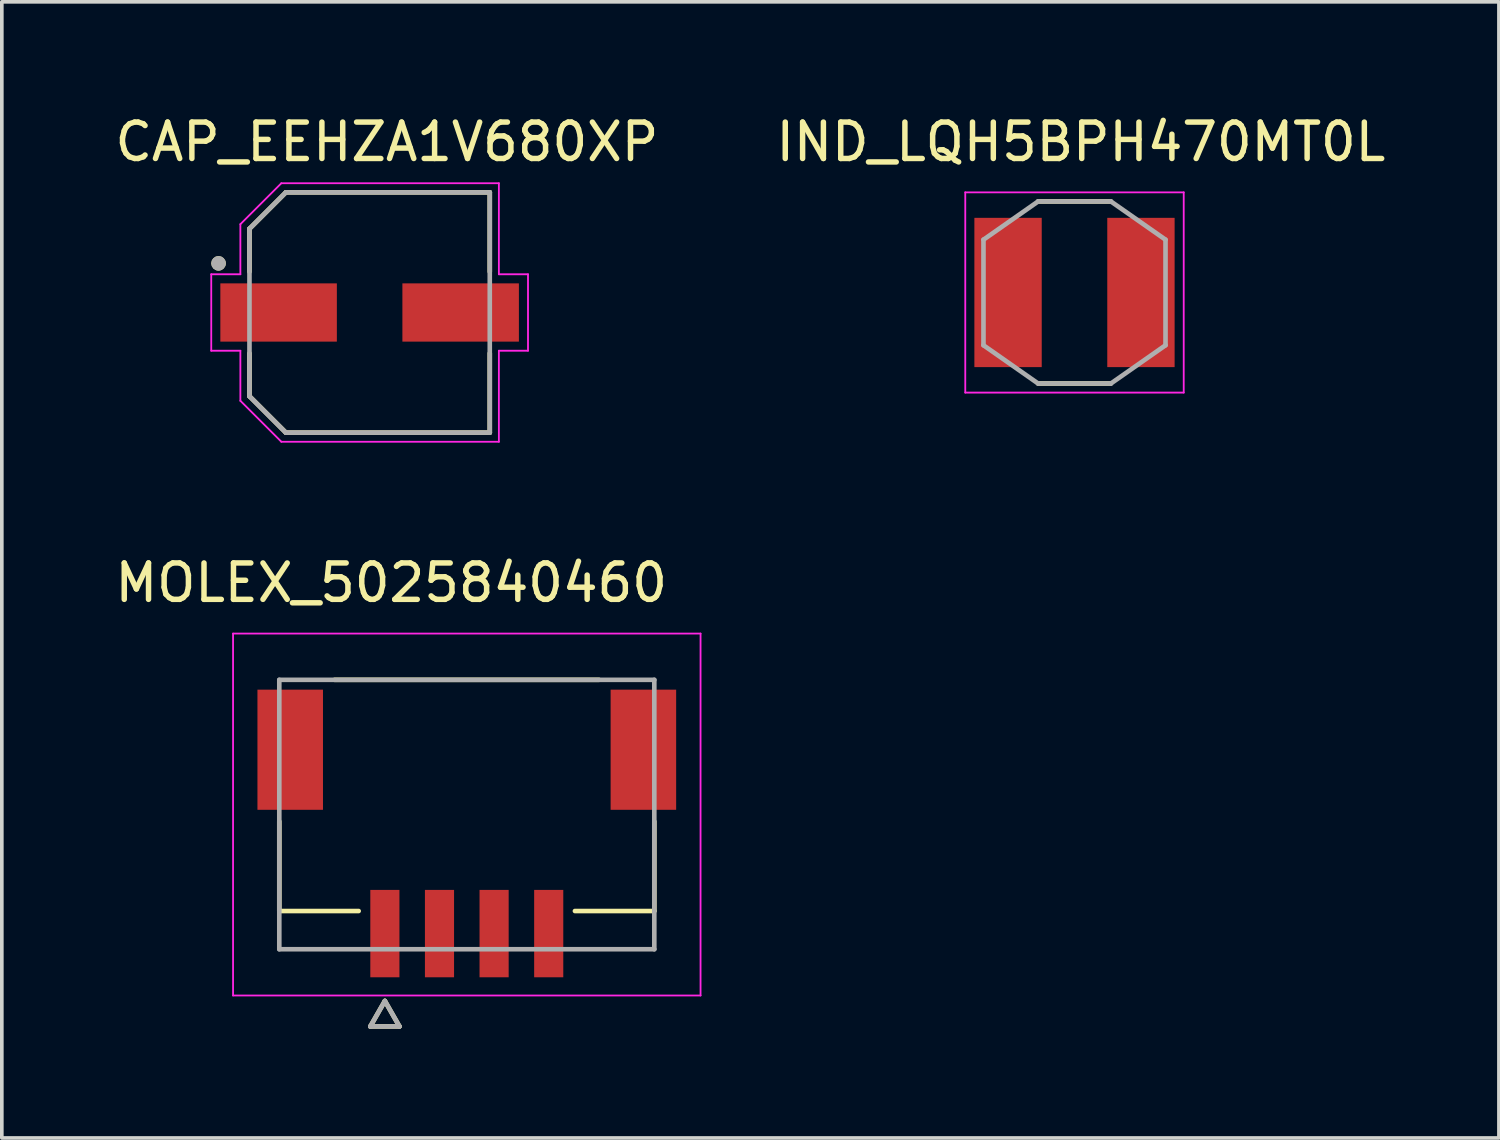
<source format=kicad_pcb>
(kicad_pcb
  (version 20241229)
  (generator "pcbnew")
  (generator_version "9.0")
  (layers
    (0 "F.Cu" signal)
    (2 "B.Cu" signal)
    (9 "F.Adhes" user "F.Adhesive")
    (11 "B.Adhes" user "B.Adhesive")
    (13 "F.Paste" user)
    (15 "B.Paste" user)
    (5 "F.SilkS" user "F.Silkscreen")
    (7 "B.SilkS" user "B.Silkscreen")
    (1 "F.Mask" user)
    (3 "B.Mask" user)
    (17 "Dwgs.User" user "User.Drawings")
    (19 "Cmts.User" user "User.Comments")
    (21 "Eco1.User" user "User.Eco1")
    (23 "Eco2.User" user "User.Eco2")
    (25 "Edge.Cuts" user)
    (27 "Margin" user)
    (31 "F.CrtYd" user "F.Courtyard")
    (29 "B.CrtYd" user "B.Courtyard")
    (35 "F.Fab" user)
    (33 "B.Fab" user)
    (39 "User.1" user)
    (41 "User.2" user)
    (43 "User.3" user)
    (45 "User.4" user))
  (footprint "IND_LQH5BPH470MT0L"
    (layer "F.Cu")
    (at 26.462 4.983)
    (property "Reference" "IND_LQH5BPH470MT0L" (at 0.175 -4.135 0) (layer "F.SilkS") (effects (font (size 1 1) (thickness 0.15))))
    (attr through_hole)
    (fp_line (start -1 -2.5) (end 1 -2.5) (stroke (width 0.127) (type solid)) (layer "F.SilkS"))
    (fp_line (start 1 2.5) (end -1 2.5) (stroke (width 0.127) (type solid)) (layer "F.SilkS"))
    (fp_line (start -3 -2.75) (end 3 -2.75) (stroke (width 0.05) (type solid)) (layer "F.CrtYd"))
    (fp_line (start -3 2.75) (end -3 -2.75) (stroke (width 0.05) (type solid)) (layer "F.CrtYd"))
    (fp_line (start 3 -2.75) (end 3 2.75) (stroke (width 0.05) (type solid)) (layer "F.CrtYd"))
    (fp_line (start 3 2.75) (end -3 2.75) (stroke (width 0.05) (type solid)) (layer "F.CrtYd"))
    (fp_line (start -2.5 -1.45) (end -1 -2.5) (stroke (width 0.127) (type solid)) (layer "F.Fab"))
    (fp_line (start -2.5 1.45) (end -2.5 -1.45) (stroke (width 0.127) (type solid)) (layer "F.Fab"))
    (fp_line (start -1 -2.5) (end 1 -2.5) (stroke (width 0.127) (type solid)) (layer "F.Fab"))
    (fp_line (start -1 2.5) (end -2.5 1.45) (stroke (width 0.127) (type solid)) (layer "F.Fab"))
    (fp_line (start 1 -2.5) (end 2.5 -1.45) (stroke (width 0.127) (type solid)) (layer "F.Fab"))
    (fp_line (start 1 2.5) (end -1 2.5) (stroke (width 0.127) (type solid)) (layer "F.Fab"))
    (fp_line (start 2.5 -1.45) (end 2.5 1.45) (stroke (width 0.127) (type solid)) (layer "F.Fab"))
    (fp_line (start 2.5 1.45) (end 1 2.5) (stroke (width 0.127) (type solid)) (layer "F.Fab"))
    (pad "1" smd rect (at -1.825 0) (size 1.85 4.1) (layers "F.Cu" "F.Mask" "F.Paste"))
    (pad "2" smd rect (at 1.825 0) (size 1.85 4.1) (layers "F.Cu" "F.Mask" "F.Paste")))
  (footprint "CAP_EEHZA1V680XP"
    (layer "F.Cu")
    (at 7.102 5.533)
    (property "Reference" "CAP_EEHZA1V680XP" (at 0.475 -4.685 0) (layer "F.SilkS") (effects (font (size 1 1) (thickness 0.15))))
    (attr through_hole)
    (fp_line (start -3.3 -2.3) (end -3.3 -1.12) (stroke (width 0.127) (type solid)) (layer "F.SilkS"))
    (fp_line (start -3.3 1.12) (end -3.3 2.3) (stroke (width 0.127) (type solid)) (layer "F.SilkS"))
    (fp_line (start -3.3 2.3) (end -2.3 3.3) (stroke (width 0.127) (type solid)) (layer "F.SilkS"))
    (fp_line (start -2.3 -3.3) (end -3.3 -2.3) (stroke (width 0.127) (type solid)) (layer "F.SilkS"))
    (fp_line (start -2.3 3.3) (end 3.3 3.3) (stroke (width 0.127) (type solid)) (layer "F.SilkS"))
    (fp_line (start 3.3 -3.3) (end -2.3 -3.3) (stroke (width 0.127) (type solid)) (layer "F.SilkS"))
    (fp_line (start 3.3 -1.12) (end 3.3 -3.3) (stroke (width 0.127) (type solid)) (layer "F.SilkS"))
    (fp_line (start 3.3 3.3) (end 3.3 1.12) (stroke (width 0.127) (type solid)) (layer "F.SilkS"))
    (fp_circle (center -4.15 -1.35) (end -4.05 -1.35) (stroke (width 0.2) (type solid)) (fill no) (layer "F.SilkS"))
    (fp_line (start -4.35 -1.05) (end -3.55 -1.05) (stroke (width 0.05) (type solid)) (layer "F.CrtYd"))
    (fp_line (start -4.35 1.05) (end -4.35 -1.05) (stroke (width 0.05) (type solid)) (layer "F.CrtYd"))
    (fp_line (start -3.55 -2.425) (end -2.425 -3.55) (stroke (width 0.05) (type solid)) (layer "F.CrtYd"))
    (fp_line (start -3.55 -1.05) (end -3.55 -2.425) (stroke (width 0.05) (type solid)) (layer "F.CrtYd"))
    (fp_line (start -3.55 1.05) (end -4.35 1.05) (stroke (width 0.05) (type solid)) (layer "F.CrtYd"))
    (fp_line (start -3.55 2.425) (end -3.55 1.05) (stroke (width 0.05) (type solid)) (layer "F.CrtYd"))
    (fp_line (start -2.425 -3.55) (end 3.55 -3.55) (stroke (width 0.05) (type solid)) (layer "F.CrtYd"))
    (fp_line (start -2.425 3.55) (end -3.55 2.425) (stroke (width 0.05) (type solid)) (layer "F.CrtYd"))
    (fp_line (start 3.55 -3.55) (end 3.55 -1.05) (stroke (width 0.05) (type solid)) (layer "F.CrtYd"))
    (fp_line (start 3.55 -1.05) (end 4.35 -1.05) (stroke (width 0.05) (type solid)) (layer "F.CrtYd"))
    (fp_line (start 3.55 1.05) (end 3.55 3.55) (stroke (width 0.05) (type solid)) (layer "F.CrtYd"))
    (fp_line (start 3.55 3.55) (end -2.425 3.55) (stroke (width 0.05) (type solid)) (layer "F.CrtYd"))
    (fp_line (start 4.35 -1.05) (end 4.35 1.05) (stroke (width 0.05) (type solid)) (layer "F.CrtYd"))
    (fp_line (start 4.35 1.05) (end 3.55 1.05) (stroke (width 0.05) (type solid)) (layer "F.CrtYd"))
    (fp_line (start -3.3 -2.3) (end -3.3 2.3) (stroke (width 0.127) (type solid)) (layer "F.Fab"))
    (fp_line (start -3.3 2.3) (end -2.3 3.3) (stroke (width 0.127) (type solid)) (layer "F.Fab"))
    (fp_line (start -2.3 -3.3) (end -3.3 -2.3) (stroke (width 0.127) (type solid)) (layer "F.Fab"))
    (fp_line (start -2.3 3.3) (end 3.3 3.3) (stroke (width 0.127) (type solid)) (layer "F.Fab"))
    (fp_line (start 3.3 -3.3) (end -2.3 -3.3) (stroke (width 0.127) (type solid)) (layer "F.Fab"))
    (fp_line (start 3.3 3.3) (end 3.3 -3.3) (stroke (width 0.127) (type solid)) (layer "F.Fab"))
    (fp_circle (center -4.15 -1.35) (end -4.05 -1.35) (stroke (width 0.2) (type solid)) (fill no) (layer "F.Fab"))
    (pad "1" smd rect (at -2.5 0) (size 3.2 1.6) (layers "F.Cu" "F.Mask" "F.Paste"))
    (pad "2" smd rect (at 2.5 0) (size 3.2 1.6) (layers "F.Cu" "F.Mask" "F.Paste")))
  (footprint "MOLEX_5025840460"
    (layer "F.Cu")
    (at 9.771 19.322)
    (property "Reference" "MOLEX_5025840460" (at -2.075 -6.365 0) (layer "F.SilkS") (effects (font (size 1 1) (thickness 0.15))))
    (attr through_hole)
    (fp_poly (pts (xy -5.826 -3.506) (xy -3.874 -3.506) (xy -3.874 -0.054) (xy -5.826 -0.054)) (stroke (width 0.01) (type solid)) (fill yes) (layer "F.Mask"))
    (fp_poly (pts (xy -2.726 1.994) (xy -1.774 1.994) (xy -1.774 4.546) (xy -2.726 4.546)) (stroke (width 0.01) (type solid)) (fill yes) (layer "F.Mask"))
    (fp_poly (pts (xy -1.226 1.994) (xy -0.274 1.994) (xy -0.274 4.546) (xy -1.226 4.546)) (stroke (width 0.01) (type solid)) (fill yes) (layer "F.Mask"))
    (fp_poly (pts (xy 0.274 1.994) (xy 1.226 1.994) (xy 1.226 4.546) (xy 0.274 4.546)) (stroke (width 0.01) (type solid)) (fill yes) (layer "F.Mask"))
    (fp_poly (pts (xy 1.774 1.994) (xy 2.726 1.994) (xy 2.726 4.546) (xy 1.774 4.546)) (stroke (width 0.01) (type solid)) (fill yes) (layer "F.Mask"))
    (fp_poly (pts (xy 3.874 -3.506) (xy 5.826 -3.506) (xy 5.826 -0.054) (xy 3.874 -0.054)) (stroke (width 0.01) (type solid)) (fill yes) (layer "F.Mask"))
    (fp_line (start -5.15 2.65) (end -5.15 0.19) (stroke (width 0.127) (type solid)) (layer "F.SilkS"))
    (fp_line (start -2.97 2.65) (end -5.15 2.65) (stroke (width 0.127) (type solid)) (layer "F.SilkS"))
    (fp_line (start -2.65 5.82) (end -1.85 5.82) (stroke (width 0.127) (type solid)) (layer "F.SilkS"))
    (fp_line (start -2.25 5.12) (end -2.65 5.82) (stroke (width 0.127) (type solid)) (layer "F.SilkS"))
    (fp_line (start -1.85 5.82) (end -2.25 5.12) (stroke (width 0.127) (type solid)) (layer "F.SilkS"))
    (fp_line (start 3.63 -3.7) (end -3.63 -3.7) (stroke (width 0.127) (type solid)) (layer "F.SilkS"))
    (fp_line (start 5.15 0.19) (end 5.15 2.65) (stroke (width 0.127) (type solid)) (layer "F.SilkS"))
    (fp_line (start 5.15 2.65) (end 2.97 2.65) (stroke (width 0.127) (type solid)) (layer "F.SilkS"))
    (fp_line (start -6.42 -4.97) (end 6.42 -4.97) (stroke (width 0.05) (type solid)) (layer "F.CrtYd"))
    (fp_line (start -6.42 4.97) (end -6.42 -4.97) (stroke (width 0.05) (type solid)) (layer "F.CrtYd"))
    (fp_line (start -6.42 4.97) (end 6.42 4.97) (stroke (width 0.05) (type solid)) (layer "F.CrtYd"))
    (fp_line (start 6.42 -4.97) (end 6.42 4.97) (stroke (width 0.05) (type solid)) (layer "F.CrtYd"))
    (fp_line (start -5.15 -3.7) (end 5.15 -3.7) (stroke (width 0.127) (type solid)) (layer "F.Fab"))
    (fp_line (start -5.15 3.7) (end -5.15 -3.7) (stroke (width 0.127) (type solid)) (layer "F.Fab"))
    (fp_line (start -2.65 5.82) (end -1.85 5.82) (stroke (width 0.127) (type solid)) (layer "F.Fab"))
    (fp_line (start -2.25 5.12) (end -2.65 5.82) (stroke (width 0.127) (type solid)) (layer "F.Fab"))
    (fp_line (start -1.85 5.82) (end -2.25 5.12) (stroke (width 0.127) (type solid)) (layer "F.Fab"))
    (fp_line (start 5.15 -3.7) (end 5.15 3.7) (stroke (width 0.127) (type solid)) (layer "F.Fab"))
    (fp_line (start 5.15 3.7) (end -5.15 3.7) (stroke (width 0.127) (type solid)) (layer "F.Fab"))
    (pad "1" smd rect (at -2.25 3.27) (size 0.8 2.4) (layers "F.Cu" "F.Paste"))
    (pad "2" smd rect (at -0.75 3.27) (size 0.8 2.4) (layers "F.Cu" "F.Paste"))
    (pad "3" smd rect (at 0.75 3.27) (size 0.8 2.4) (layers "F.Cu" "F.Paste"))
    (pad "4" smd rect (at 2.25 3.27) (size 0.8 2.4) (layers "F.Cu" "F.Paste"))
    (pad "S1" smd rect (at -4.85 -1.78) (size 1.8 3.3) (layers "F.Cu" "F.Paste"))
    (pad "S2" smd rect (at 4.85 -1.78) (size 1.8 3.3) (layers "F.Cu" "F.Paste"))
    (zone (net_name "") (layer "F.Cu") (hatch full 0.508) (connect_pads) (min_thickness 0.01) (filled_areas_thickness no) (keepout (tracks not_allowed) (vias not_allowed) (pads not_allowed) (copperpour not_allowed) (footprints allowed)) (placement (enabled no)) (fill) (polygon (pts (xy 5.821 15.371) (xy 7.871 15.371) (xy 7.871 17.422) (xy 5.821 17.422))))
    (zone (net_name "") (layer "F.Cu") (hatch full 0.508) (connect_pads) (min_thickness 0.01) (filled_areas_thickness no) (keepout (tracks not_allowed) (vias not_allowed) (pads not_allowed) (copperpour not_allowed) (footprints allowed)) (placement (enabled no)) (fill) (polygon (pts (xy 8.861 15.371) (xy 10.681 15.371) (xy 10.681 17.931) (xy 8.861 17.931))))
    (zone (net_name "") (layer "F.Cu") (hatch full 0.508) (connect_pads) (min_thickness 0.01) (filled_areas_thickness no) (keepout (tracks not_allowed) (vias not_allowed) (pads not_allowed) (copperpour not_allowed) (footprints allowed)) (placement (enabled no)) (fill) (polygon (pts (xy 11.671 15.371) (xy 13.721 15.371) (xy 13.721 17.422) (xy 11.671 17.422))))
    (zone (net_name "") (layer "F.Cu") (hatch full 0.508) (connect_pads) (min_thickness 0.01) (filled_areas_thickness no) (keepout (tracks not_allowed) (vias not_allowed) (pads not_allowed) (copperpour not_allowed) (footprints allowed)) (placement (enabled no)) (fill) (polygon (pts (xy 4.221 20.241) (xy 4.221 22.841) (xy 7.121 22.841) (xy 7.121 21.392) (xy 7.921 21.392) (xy 7.921 22.841) (xy 8.621 22.841) (xy 8.621 21.392) (xy 9.421 21.392) (xy 9.421 22.841) (xy 10.121 22.841) (xy 10.121 21.392) (xy 10.921 21.392) (xy 10.921 22.841) (xy 11.621 22.841) (xy 11.621 21.392) (xy 12.421 21.392) (xy 12.421 22.841) (xy 15.321 22.841) (xy 15.321 20.241))))
    (zone (net_name "") (layers "F.Cu" "B.Cu") (hatch full 0.508) (connect_pads) (min_thickness 0.01) (filled_areas_thickness no) (keepout (tracks allowed) (vias not_allowed) (pads allowed) (copperpour allowed) (footprints allowed)) (placement (enabled no)) (fill) (polygon (pts (xy 5.821 15.371) (xy 7.871 15.371) (xy 7.871 17.422) (xy 5.821 17.422))))
    (zone (net_name "") (layers "F.Cu" "B.Cu") (hatch full 0.508) (connect_pads) (min_thickness 0.01) (filled_areas_thickness no) (keepout (tracks allowed) (vias not_allowed) (pads allowed) (copperpour allowed) (footprints allowed)) (placement (enabled no)) (fill) (polygon (pts (xy 8.861 15.371) (xy 10.681 15.371) (xy 10.681 17.931) (xy 8.861 17.931))))
    (zone (net_name "") (layers "F.Cu" "B.Cu") (hatch full 0.508) (connect_pads) (min_thickness 0.01) (filled_areas_thickness no) (keepout (tracks allowed) (vias not_allowed) (pads allowed) (copperpour allowed) (footprints allowed)) (placement (enabled no)) (fill) (polygon (pts (xy 11.671 15.371) (xy 13.721 15.371) (xy 13.721 17.422) (xy 11.671 17.422))))
    (zone (net_name "") (layers "F.Cu" "B.Cu") (hatch full 0.508) (connect_pads) (min_thickness 0.01) (filled_areas_thickness no) (keepout (tracks allowed) (vias not_allowed) (pads allowed) (copperpour allowed) (footprints allowed)) (placement (enabled no)) (fill) (polygon (pts (xy 4.221 20.241) (xy 4.221 22.841) (xy 7.121 22.841) (xy 7.121 21.392) (xy 7.921 21.392) (xy 7.921 22.841) (xy 8.621 22.841) (xy 8.621 21.392) (xy 9.421 21.392) (xy 9.421 22.841) (xy 10.121 22.841) (xy 10.121 21.392) (xy 10.921 21.392) (xy 10.921 22.841) (xy 11.621 22.841) (xy 11.621 21.392) (xy 12.421 21.392) (xy 12.421 22.841) (xy 15.321 22.841) (xy 15.321 20.241)))))
  (gr_rect
    (start -3 -3)
    (end 38.119 28.205)
    (stroke (width 0.1) (type default))
    (fill no)
    (layer "Edge.Cuts")))
</source>
